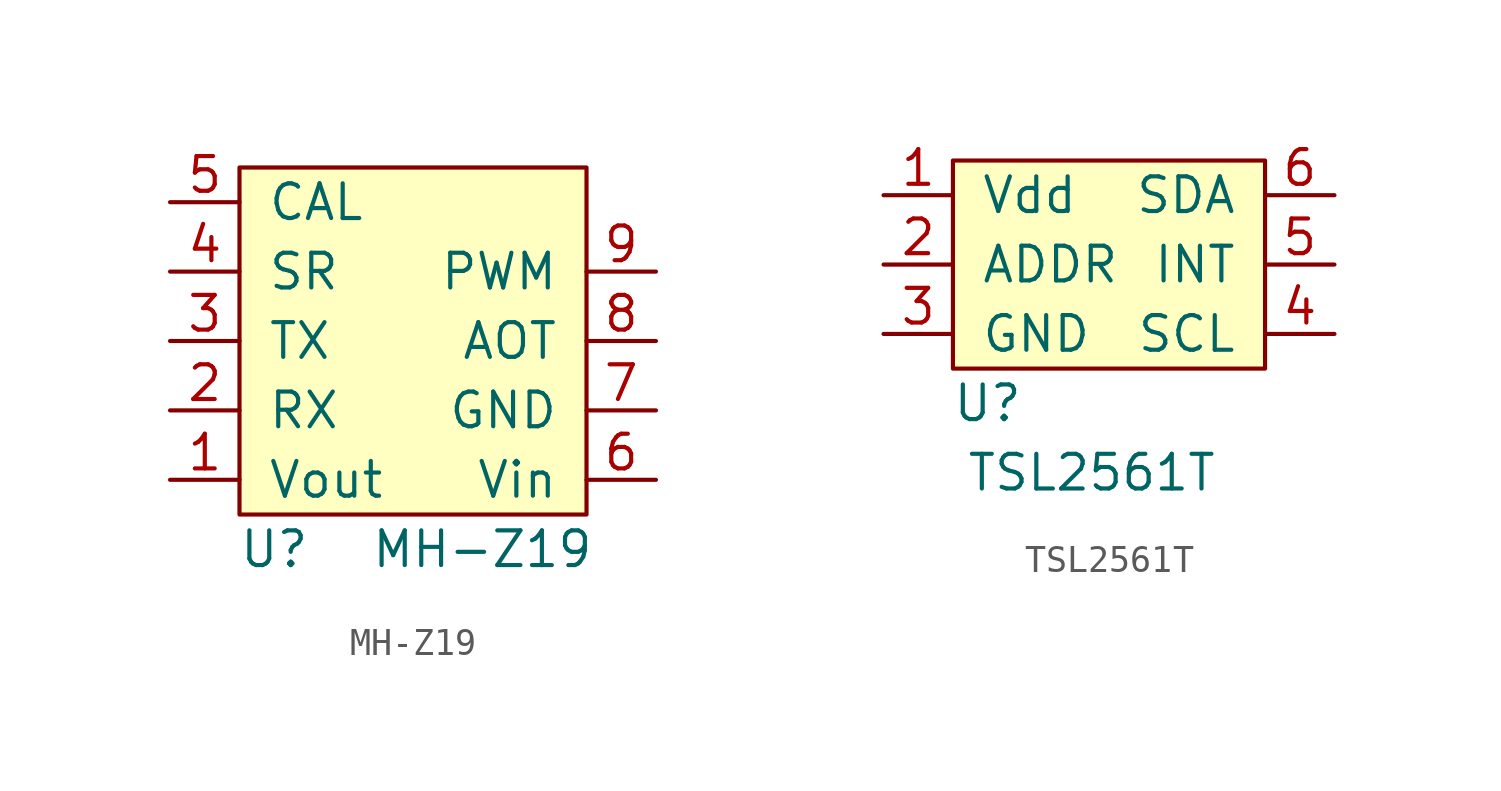
<source format=kicad_sym>
(kicad_symbol_lib
  (version 20211014)
  (generator kicad_symbol_editor)
  (symbol "MH-Z19"
    (pin_names
      (offset 1.016))
    (property "Reference" "U"
      (at -5.08 -7.62 0)
      (effects (font (size 1.27 1.27))))
    (property "Value" "MH-Z19"
      (at 2.54 -7.62 0)
      (effects (font (size 1.27 1.27))))
    (symbol "MH-Z19_0_1"
      (rectangle (start -6.35 6.35) (end 6.35 -6.35) (stroke (width 0) (type default) (color 0 0 0 0)) (fill (type background))))
    (symbol "MH-Z19_1_1"
      (pin output line (at -8.89 -5.08 0) (length 2.54) (name "Vout" (effects (font (size 1.27 1.27)))) (number "1" (effects (font (size 1.27 1.27)))))
      (pin input line (at -8.89 -2.54 0) (length 2.54) (name "RX" (effects (font (size 1.27 1.27)))) (number "2" (effects (font (size 1.27 1.27)))))
      (pin output line (at -8.89 0 0) (length 2.54) (name "TX" (effects (font (size 1.27 1.27)))) (number "3" (effects (font (size 1.27 1.27)))))
      (pin unspecified line (at -8.89 2.54 0) (length 2.54) (name "SR" (effects (font (size 1.27 1.27)))) (number "4" (effects (font (size 1.27 1.27)))))
      (pin input line (at -8.89 5.08 0) (length 2.54) (name "CAL" (effects (font (size 1.27 1.27)))) (number "5" (effects (font (size 1.27 1.27)))))
      (pin input line (at 8.89 -5.08 180) (length 2.54) (name "Vin" (effects (font (size 1.27 1.27)))) (number "6" (effects (font (size 1.27 1.27)))))
      (pin input line (at 8.89 -2.54 180) (length 2.54) (name "GND" (effects (font (size 1.27 1.27)))) (number "7" (effects (font (size 1.27 1.27)))))
      (pin unspecified line (at 8.89 0 180) (length 2.54) (name "AOT" (effects (font (size 1.27 1.27)))) (number "8" (effects (font (size 1.27 1.27)))))
      (pin output line (at 8.89 2.54 180) (length 2.54) (name "PWM" (effects (font (size 1.27 1.27)))) (number "9" (effects (font (size 1.27 1.27)))))))
  (symbol "TSL2561T"
    (pin_names
      (offset 1.016))
    (property "Reference" "U"
      (at -5.08 -5.08 0)
      (effects (font (size 1.27 1.27))))
    (property "Value" "TSL2561T"
      (at -1.27 -7.62 0)
      (effects (font (size 1.27 1.27))))
    (symbol "TSL2561T_0_1"
      (rectangle (start -6.35 3.81) (end 5.08 -3.81) (stroke (width 0) (type default) (color 0 0 0 0)) (fill (type background))))
    (symbol "TSL2561T_1_1"
      (pin input line (at -8.89 2.54 0) (length 2.54) (name "Vdd" (effects (font (size 1.27 1.27)))) (number "1" (effects (font (size 1.27 1.27)))))
      (pin passive line (at -8.89 0 0) (length 2.54) (name "ADDR" (effects (font (size 1.27 1.27)))) (number "2" (effects (font (size 1.27 1.27)))))
      (pin input line (at -8.89 -2.54 0) (length 2.54) (name "GND" (effects (font (size 1.27 1.27)))) (number "3" (effects (font (size 1.27 1.27)))))
      (pin input line (at 7.62 -2.54 180) (length 2.54) (name "SCL" (effects (font (size 1.27 1.27)))) (number "4" (effects (font (size 1.27 1.27)))))
      (pin output line (at 7.62 0 180) (length 2.54) (name "INT" (effects (font (size 1.27 1.27)))) (number "5" (effects (font (size 1.27 1.27)))))
      (pin bidirectional line (at 7.62 2.54 180) (length 2.54) (name "SDA" (effects (font (size 1.27 1.27)))) (number "6" (effects (font (size 1.27 1.27))))))))
</source>
